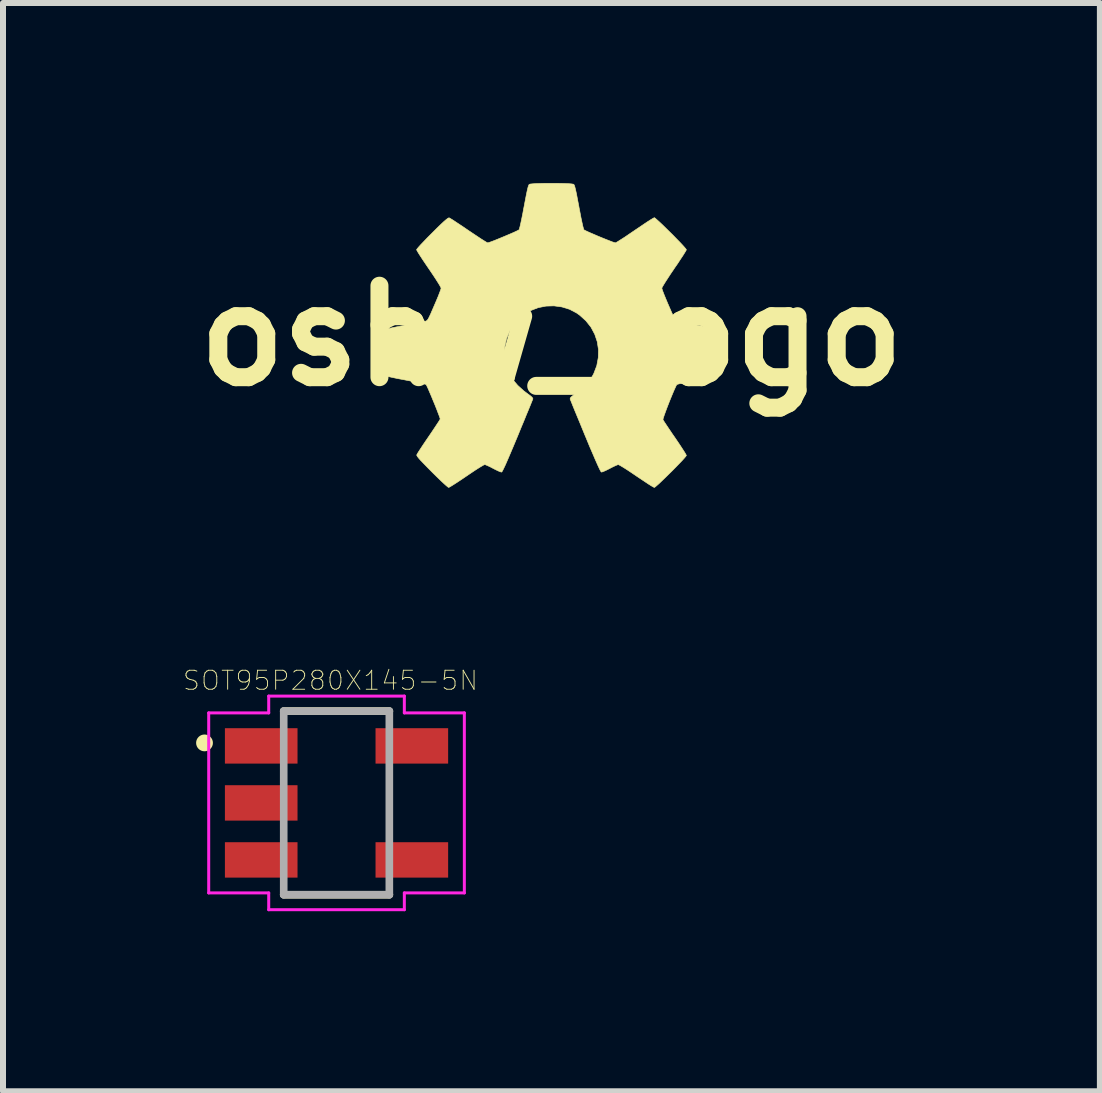
<source format=kicad_pcb>
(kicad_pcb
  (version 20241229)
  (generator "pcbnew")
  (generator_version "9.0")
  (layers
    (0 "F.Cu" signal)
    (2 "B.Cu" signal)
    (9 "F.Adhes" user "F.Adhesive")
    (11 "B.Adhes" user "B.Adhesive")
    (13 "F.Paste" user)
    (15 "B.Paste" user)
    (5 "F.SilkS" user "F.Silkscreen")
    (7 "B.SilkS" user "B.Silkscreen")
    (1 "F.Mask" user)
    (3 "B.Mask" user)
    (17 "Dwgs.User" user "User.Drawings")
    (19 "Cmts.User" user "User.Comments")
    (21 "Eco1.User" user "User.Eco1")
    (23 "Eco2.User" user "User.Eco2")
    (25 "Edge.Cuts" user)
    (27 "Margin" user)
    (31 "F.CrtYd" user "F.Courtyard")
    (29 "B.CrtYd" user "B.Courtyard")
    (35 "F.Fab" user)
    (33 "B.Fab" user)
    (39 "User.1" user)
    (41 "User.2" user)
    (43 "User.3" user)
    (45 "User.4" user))
  (footprint "oshw_logo"
    (layer "F.Cu")
    (at 6.14 2.546)
    (property "Reference" "oshw_logo" (at 0 0 0) (layer "F.SilkS") (effects (font (size 1.524 1.524) (thickness 0.3))))
    (attr through_hole)
    (fp_poly (pts (xy 0.067 -2.541) (xy 0.15 -2.54) (xy 0.225 -2.538) (xy 0.289 -2.535) (xy 0.337 -2.531) (xy 0.366 -2.526) (xy 0.371 -2.524) (xy 0.38 -2.511) (xy 0.39 -2.481) (xy 0.402 -2.432) (xy 0.417 -2.364) (xy 0.434 -2.273) (xy 0.456 -2.16) (xy 0.458 -2.146) (xy 0.476 -2.053) (xy 0.492 -1.968) (xy 0.508 -1.893) (xy 0.521 -1.833) (xy 0.532 -1.791) (xy 0.539 -1.769) (xy 0.539 -1.768) (xy 0.556 -1.758) (xy 0.591 -1.741) (xy 0.642 -1.718) (xy 0.703 -1.692) (xy 0.77 -1.663) (xy 0.84 -1.634) (xy 0.907 -1.607) (xy 0.968 -1.583) (xy 1.017 -1.564) (xy 1.052 -1.553) (xy 1.066 -1.549) (xy 1.081 -1.556) (xy 1.114 -1.576) (xy 1.163 -1.607) (xy 1.224 -1.646) (xy 1.294 -1.694) (xy 1.371 -1.746) (xy 1.39 -1.759) (xy 1.469 -1.812) (xy 1.541 -1.861) (xy 1.604 -1.903) (xy 1.656 -1.936) (xy 1.693 -1.958) (xy 1.712 -1.968) (xy 1.714 -1.969) (xy 1.728 -1.96) (xy 1.757 -1.935) (xy 1.798 -1.898) (xy 1.848 -1.851) (xy 1.904 -1.796) (xy 1.964 -1.737) (xy 2.025 -1.677) (xy 2.083 -1.617) (xy 2.137 -1.562) (xy 2.183 -1.513) (xy 2.219 -1.473) (xy 2.241 -1.446) (xy 2.248 -1.435) (xy 2.241 -1.419) (xy 2.221 -1.386) (xy 2.191 -1.338) (xy 2.151 -1.278) (xy 2.105 -1.207) (xy 2.052 -1.131) (xy 2.043 -1.117) (xy 1.99 -1.039) (xy 1.943 -0.967) (xy 1.902 -0.904) (xy 1.87 -0.852) (xy 1.848 -0.815) (xy 1.839 -0.795) (xy 1.839 -0.794) (xy 1.844 -0.775) (xy 1.857 -0.737) (xy 1.878 -0.683) (xy 1.905 -0.617) (xy 1.936 -0.543) (xy 1.95 -0.511) (xy 1.986 -0.428) (xy 2.014 -0.364) (xy 2.035 -0.318) (xy 2.052 -0.286) (xy 2.065 -0.266) (xy 2.078 -0.253) (xy 2.091 -0.246) (xy 2.106 -0.242) (xy 2.106 -0.241) (xy 2.132 -0.236) (xy 2.178 -0.226) (xy 2.241 -0.214) (xy 2.317 -0.199) (xy 2.402 -0.183) (xy 2.47 -0.17) (xy 2.578 -0.15) (xy 2.663 -0.133) (xy 2.726 -0.119) (xy 2.77 -0.107) (xy 2.796 -0.098) (xy 2.805 -0.091) (xy 2.81 -0.08) (xy 2.813 -0.06) (xy 2.816 -0.029) (xy 2.817 0.017) (xy 2.817 0.08) (xy 2.816 0.162) (xy 2.814 0.267) (xy 2.813 0.292) (xy 2.811 0.386) (xy 2.808 0.471) (xy 2.805 0.544) (xy 2.802 0.603) (xy 2.799 0.643) (xy 2.797 0.662) (xy 2.796 0.663) (xy 2.782 0.667) (xy 2.746 0.676) (xy 2.692 0.687) (xy 2.622 0.701) (xy 2.541 0.717) (xy 2.452 0.734) (xy 2.447 0.735) (xy 2.357 0.752) (xy 2.274 0.769) (xy 2.203 0.784) (xy 2.146 0.796) (xy 2.107 0.806) (xy 2.09 0.813) (xy 2.089 0.813) (xy 2.079 0.829) (xy 2.062 0.865) (xy 2.039 0.916) (xy 2.013 0.978) (xy 1.984 1.048) (xy 1.955 1.121) (xy 1.927 1.193) (xy 1.902 1.26) (xy 1.881 1.318) (xy 1.866 1.363) (xy 1.858 1.39) (xy 1.858 1.396) (xy 1.866 1.412) (xy 1.887 1.445) (xy 1.919 1.493) (xy 1.959 1.553) (xy 2.006 1.623) (xy 2.056 1.695) (xy 2.107 1.77) (xy 2.153 1.839) (xy 2.192 1.899) (xy 2.222 1.946) (xy 2.241 1.979) (xy 2.248 1.994) (xy 2.239 2.008) (xy 2.215 2.037) (xy 2.178 2.078) (xy 2.13 2.128) (xy 2.076 2.184) (xy 2.017 2.244) (xy 1.956 2.304) (xy 1.896 2.363) (xy 1.841 2.416) (xy 1.792 2.463) (xy 1.752 2.498) (xy 1.725 2.521) (xy 1.714 2.527) (xy 1.698 2.52) (xy 1.665 2.501) (xy 1.617 2.471) (xy 1.557 2.431) (xy 1.488 2.385) (xy 1.416 2.337) (xy 1.341 2.286) (xy 1.272 2.24) (xy 1.211 2.201) (xy 1.163 2.172) (xy 1.129 2.153) (xy 1.114 2.146) (xy 1.094 2.152) (xy 1.057 2.168) (xy 1.009 2.191) (xy 0.971 2.211) (xy 0.92 2.237) (xy 0.876 2.257) (xy 0.844 2.269) (xy 0.831 2.271) (xy 0.821 2.258) (xy 0.802 2.222) (xy 0.774 2.162) (xy 0.737 2.079) (xy 0.691 1.972) (xy 0.635 1.842) (xy 0.571 1.687) (xy 0.564 1.671) (xy 0.516 1.554) (xy 0.471 1.444) (xy 0.429 1.343) (xy 0.392 1.254) (xy 0.361 1.178) (xy 0.337 1.118) (xy 0.32 1.076) (xy 0.311 1.055) (xy 0.311 1.053) (xy 0.313 1.038) (xy 0.33 1.018) (xy 0.365 0.989) (xy 0.404 0.961) (xy 0.514 0.873) (xy 0.607 0.778) (xy 0.678 0.679) (xy 0.705 0.629) (xy 0.755 0.498) (xy 0.78 0.364) (xy 0.783 0.23) (xy 0.763 0.099) (xy 0.721 -0.026) (xy 0.658 -0.144) (xy 0.574 -0.25) (xy 0.471 -0.343) (xy 0.419 -0.38) (xy 0.301 -0.442) (xy 0.174 -0.481) (xy 0.042 -0.499) (xy -0.091 -0.495) (xy -0.222 -0.469) (xy -0.346 -0.421) (xy -0.419 -0.38) (xy -0.531 -0.294) (xy -0.623 -0.193) (xy -0.695 -0.08) (xy -0.747 0.043) (xy -0.777 0.172) (xy -0.784 0.305) (xy -0.769 0.439) (xy -0.73 0.572) (xy -0.705 0.629) (xy -0.645 0.729) (xy -0.563 0.826) (xy -0.461 0.918) (xy -0.404 0.961) (xy -0.355 0.997) (xy -0.325 1.023) (xy -0.311 1.042) (xy -0.311 1.053) (xy -0.317 1.069) (xy -0.332 1.106) (xy -0.354 1.161) (xy -0.384 1.234) (xy -0.42 1.32) (xy -0.46 1.419) (xy -0.505 1.526) (xy -0.552 1.642) (xy -0.564 1.671) (xy -0.628 1.824) (xy -0.684 1.956) (xy -0.73 2.064) (xy -0.768 2.151) (xy -0.798 2.214) (xy -0.818 2.254) (xy -0.83 2.271) (xy -0.831 2.271) (xy -0.85 2.267) (xy -0.885 2.253) (xy -0.931 2.231) (xy -0.97 2.211) (xy -1.021 2.184) (xy -1.067 2.163) (xy -1.1 2.149) (xy -1.113 2.146) (xy -1.13 2.153) (xy -1.165 2.173) (xy -1.214 2.203) (xy -1.275 2.242) (xy -1.345 2.289) (xy -1.416 2.337) (xy -1.491 2.388) (xy -1.559 2.433) (xy -1.619 2.472) (xy -1.667 2.502) (xy -1.699 2.521) (xy -1.714 2.527) (xy -1.727 2.519) (xy -1.757 2.494) (xy -1.799 2.456) (xy -1.851 2.407) (xy -1.912 2.348) (xy -1.978 2.283) (xy -1.993 2.268) (xy -2.073 2.187) (xy -2.136 2.122) (xy -2.184 2.072) (xy -2.217 2.034) (xy -2.237 2.007) (xy -2.245 1.991) (xy -2.245 1.985) (xy -2.237 1.969) (xy -2.216 1.934) (xy -2.184 1.885) (xy -2.144 1.824) (xy -2.097 1.754) (xy -2.047 1.681) (xy -1.996 1.606) (xy -1.95 1.537) (xy -1.911 1.478) (xy -1.88 1.431) (xy -1.861 1.4) (xy -1.854 1.386) (xy -1.859 1.368) (xy -1.872 1.331) (xy -1.892 1.279) (xy -1.916 1.216) (xy -1.944 1.146) (xy -1.974 1.074) (xy -2.003 1.003) (xy -2.031 0.938) (xy -2.055 0.882) (xy -2.074 0.841) (xy -2.087 0.816) (xy -2.09 0.812) (xy -2.106 0.806) (xy -2.145 0.796) (xy -2.201 0.784) (xy -2.272 0.769) (xy -2.355 0.752) (xy -2.445 0.735) (xy -2.447 0.734) (xy -2.562 0.713) (xy -2.652 0.694) (xy -2.72 0.679) (xy -2.767 0.667) (xy -2.795 0.657) (xy -2.804 0.651) (xy -2.809 0.637) (xy -2.813 0.609) (xy -2.816 0.565) (xy -2.818 0.502) (xy -2.819 0.418) (xy -2.819 0.312) (xy -2.819 0.279) (xy -2.819 0.167) (xy -2.818 0.078) (xy -2.816 0.009) (xy -2.814 -0.04) (xy -2.81 -0.072) (xy -2.805 -0.089) (xy -2.804 -0.092) (xy -2.788 -0.1) (xy -2.752 -0.112) (xy -2.696 -0.125) (xy -2.617 -0.142) (xy -2.515 -0.162) (xy -2.47 -0.17) (xy -2.381 -0.187) (xy -2.298 -0.203) (xy -2.224 -0.217) (xy -2.165 -0.229) (xy -2.123 -0.237) (xy -2.106 -0.241) (xy -2.091 -0.246) (xy -2.078 -0.253) (xy -2.066 -0.265) (xy -2.052 -0.285) (xy -2.036 -0.317) (xy -2.014 -0.363) (xy -1.987 -0.426) (xy -1.951 -0.509) (xy -1.95 -0.511) (xy -1.917 -0.588) (xy -1.888 -0.657) (xy -1.865 -0.717) (xy -1.848 -0.762) (xy -1.84 -0.789) (xy -1.839 -0.794) (xy -1.846 -0.81) (xy -1.865 -0.845) (xy -1.896 -0.895) (xy -1.935 -0.956) (xy -1.982 -1.027) (xy -2.034 -1.104) (xy -2.043 -1.117) (xy -2.096 -1.195) (xy -2.144 -1.266) (xy -2.185 -1.329) (xy -2.217 -1.379) (xy -2.238 -1.415) (xy -2.248 -1.434) (xy -2.248 -1.435) (xy -2.239 -1.449) (xy -2.215 -1.478) (xy -2.177 -1.52) (xy -2.127 -1.572) (xy -2.069 -1.633) (xy -2.003 -1.699) (xy -1.989 -1.713) (xy -1.909 -1.793) (xy -1.845 -1.855) (xy -1.795 -1.902) (xy -1.757 -1.935) (xy -1.731 -1.955) (xy -1.713 -1.965) (xy -1.705 -1.966) (xy -1.689 -1.957) (xy -1.654 -1.936) (xy -1.605 -1.904) (xy -1.543 -1.863) (xy -1.472 -1.816) (xy -1.395 -1.763) (xy -1.382 -1.754) (xy -1.304 -1.702) (xy -1.232 -1.654) (xy -1.17 -1.613) (xy -1.119 -1.581) (xy -1.083 -1.559) (xy -1.064 -1.55) (xy -1.063 -1.549) (xy -1.044 -1.554) (xy -1.007 -1.567) (xy -0.954 -1.587) (xy -0.892 -1.612) (xy -0.824 -1.64) (xy -0.755 -1.669) (xy -0.689 -1.697) (xy -0.629 -1.723) (xy -0.582 -1.745) (xy -0.55 -1.761) (xy -0.54 -1.767) (xy -0.534 -1.784) (xy -0.524 -1.822) (xy -0.511 -1.879) (xy -0.496 -1.95) (xy -0.479 -2.034) (xy -0.462 -2.126) (xy -0.458 -2.146) (xy -0.436 -2.262) (xy -0.418 -2.355) (xy -0.403 -2.426) (xy -0.391 -2.476) (xy -0.38 -2.508) (xy -0.372 -2.523) (xy -0.371 -2.524) (xy -0.352 -2.529) (xy -0.312 -2.533) (xy -0.254 -2.537) (xy -0.183 -2.539) (xy -0.103 -2.541) (xy -0.019 -2.541) (xy 0.067 -2.541)) (stroke (width 0.01) (type solid)) (fill yes) (layer "F.SilkS")))
  (footprint "SOT95P280X145-5N"
    (layer "F.Cu")
    (at 2.558 10.33)
    (property "Reference" "SOT95P280X145-5N" (at -0.101 -2.04 0) (layer "F.SilkS") (effects (font (size 0.317 0.317) (thickness 0.015))))
    (attr through_hole)
    (fp_line (start -0.88 1.53) (end 0.88 1.53) (stroke (width 0.127) (type solid)) (layer "F.SilkS"))
    (fp_line (start 0.88 -1.53) (end -0.88 -1.53) (stroke (width 0.127) (type solid)) (layer "F.SilkS"))
    (fp_circle (center -2.2 -1) (end -2.13 -1) (stroke (width 0.14) (type solid)) (fill no) (layer "F.SilkS"))
    (fp_line (start -2.13 -1.5) (end -2.13 1.5) (stroke (width 0.05) (type solid)) (layer "F.CrtYd"))
    (fp_line (start -2.13 1.5) (end -1.13 1.5) (stroke (width 0.05) (type solid)) (layer "F.CrtYd"))
    (fp_line (start -1.13 -1.78) (end -1.13 -1.5) (stroke (width 0.05) (type solid)) (layer "F.CrtYd"))
    (fp_line (start -1.13 -1.5) (end -2.13 -1.5) (stroke (width 0.05) (type solid)) (layer "F.CrtYd"))
    (fp_line (start -1.13 1.5) (end -1.13 1.78) (stroke (width 0.05) (type solid)) (layer "F.CrtYd"))
    (fp_line (start -1.13 1.78) (end 1.13 1.78) (stroke (width 0.05) (type solid)) (layer "F.CrtYd"))
    (fp_line (start 1.13 -1.78) (end -1.13 -1.78) (stroke (width 0.05) (type solid)) (layer "F.CrtYd"))
    (fp_line (start 1.13 -1.5) (end 1.13 -1.78) (stroke (width 0.05) (type solid)) (layer "F.CrtYd"))
    (fp_line (start 1.13 1.5) (end 2.13 1.5) (stroke (width 0.05) (type solid)) (layer "F.CrtYd"))
    (fp_line (start 1.13 1.78) (end 1.13 1.5) (stroke (width 0.05) (type solid)) (layer "F.CrtYd"))
    (fp_line (start 2.13 -1.5) (end 1.13 -1.5) (stroke (width 0.05) (type solid)) (layer "F.CrtYd"))
    (fp_line (start 2.13 1.5) (end 2.13 -1.5) (stroke (width 0.05) (type solid)) (layer "F.CrtYd"))
    (fp_line (start -0.88 -1.53) (end -0.88 1.53) (stroke (width 0.127) (type solid)) (layer "F.Fab"))
    (fp_line (start -0.88 1.53) (end 0.88 1.53) (stroke (width 0.127) (type solid)) (layer "F.Fab"))
    (fp_line (start 0.88 -1.53) (end -0.88 -1.53) (stroke (width 0.127) (type solid)) (layer "F.Fab"))
    (fp_line (start 0.88 1.53) (end 0.88 -1.53) (stroke (width 0.127) (type solid)) (layer "F.Fab"))
    (pad "1" smd rect (at -1.255 -0.95) (size 1.21 0.59) (layers "F.Cu" "F.Mask" "F.Paste"))
    (pad "2" smd rect (at -1.255 0) (size 1.21 0.59) (layers "F.Cu" "F.Mask" "F.Paste"))
    (pad "3" smd rect (at -1.255 0.95) (size 1.21 0.59) (layers "F.Cu" "F.Mask" "F.Paste"))
    (pad "4" smd rect (at 1.255 0.95) (size 1.21 0.59) (layers "F.Cu" "F.Mask" "F.Paste"))
    (pad "5" smd rect (at 1.255 -0.95) (size 1.21 0.59) (layers "F.Cu" "F.Mask" "F.Paste")))
  (gr_rect
    (start -3 -3)
    (end 15.279 15.135)
    (stroke (width 0.1) (type default))
    (fill no)
    (layer "Edge.Cuts")))
</source>
